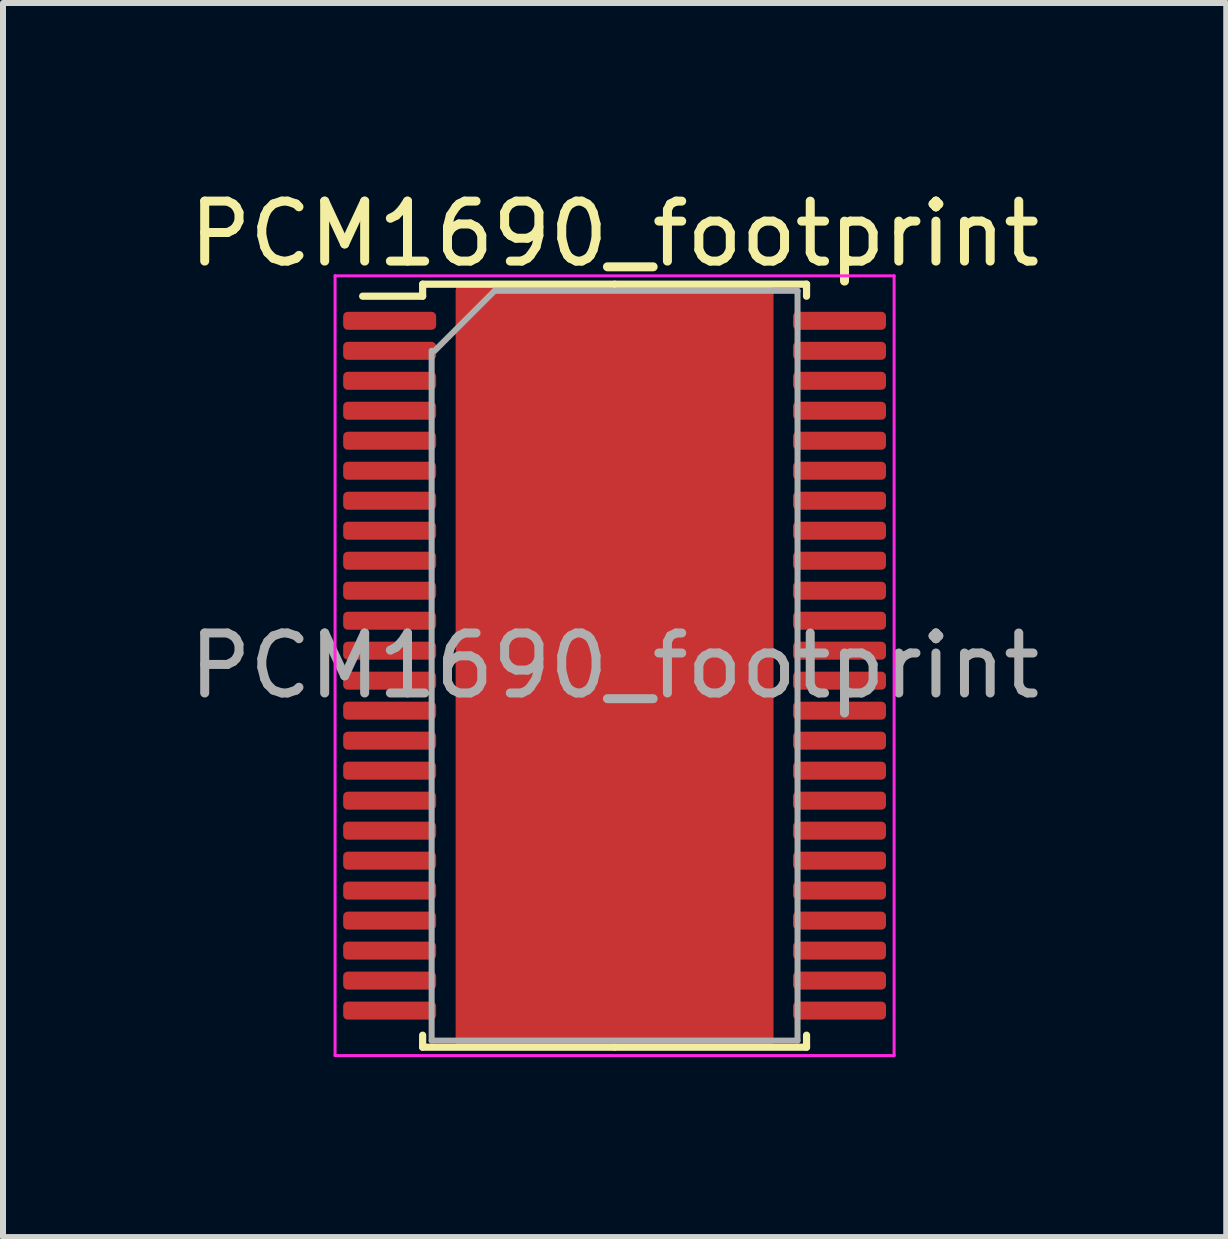
<source format=kicad_pcb>
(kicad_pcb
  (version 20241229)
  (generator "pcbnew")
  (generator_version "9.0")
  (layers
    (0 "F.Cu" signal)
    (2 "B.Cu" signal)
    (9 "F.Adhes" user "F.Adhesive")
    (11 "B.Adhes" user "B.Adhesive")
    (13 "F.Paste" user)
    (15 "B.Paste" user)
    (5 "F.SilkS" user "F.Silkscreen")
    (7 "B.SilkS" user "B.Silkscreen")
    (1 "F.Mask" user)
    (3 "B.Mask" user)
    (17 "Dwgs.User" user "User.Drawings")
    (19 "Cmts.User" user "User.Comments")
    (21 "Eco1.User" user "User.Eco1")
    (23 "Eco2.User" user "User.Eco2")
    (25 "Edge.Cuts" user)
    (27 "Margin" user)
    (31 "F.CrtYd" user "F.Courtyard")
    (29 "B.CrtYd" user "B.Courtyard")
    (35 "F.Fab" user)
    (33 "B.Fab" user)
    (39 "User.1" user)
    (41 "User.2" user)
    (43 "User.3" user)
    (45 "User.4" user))
  (footprint "PCM1690_footprint"
    (layer "F.Cu")
    (at 7.196 8.048)
    (property "Reference" "PCM1690_footprint" (at 0 -7.2 0) (layer "F.SilkS") (effects (font (size 1 1) (thickness 0.15))))
    (attr smd)
    (fp_rect (start -2.55 -6.25) (end 2.55 6.25) (stroke (width 0.2) (type solid)) (fill yes) (layer "F.Cu"))
    (fp_rect (start -1.8 -3.2) (end 1.8 3.2) (stroke (width 0.12) (type solid)) (fill yes) (layer "F.Mask"))
    (fp_line (start -3.2 -6.36) (end -3.2 -6.16) (stroke (width 0.12) (type solid)) (layer "F.SilkS"))
    (fp_line (start -3.2 -6.16) (end -4.2 -6.16) (stroke (width 0.12) (type solid)) (layer "F.SilkS"))
    (fp_line (start -3.2 6.36) (end -3.2 6.16) (stroke (width 0.12) (type solid)) (layer "F.SilkS"))
    (fp_line (start 0 -6.36) (end -3.2 -6.36) (stroke (width 0.12) (type solid)) (layer "F.SilkS"))
    (fp_line (start 0 -6.36) (end 3.2 -6.36) (stroke (width 0.12) (type solid)) (layer "F.SilkS"))
    (fp_line (start 0 6.36) (end -3.2 6.36) (stroke (width 0.12) (type solid)) (layer "F.SilkS"))
    (fp_line (start 0 6.36) (end 3.2 6.36) (stroke (width 0.12) (type solid)) (layer "F.SilkS"))
    (fp_line (start 3.2 -6.36) (end 3.2 -6.16) (stroke (width 0.12) (type solid)) (layer "F.SilkS"))
    (fp_line (start 3.2 6.36) (end 3.2 6.16) (stroke (width 0.12) (type solid)) (layer "F.SilkS"))
    (fp_rect (start -1.8 -3.2) (end 1.8 3.2) (stroke (width 0.12) (type solid)) (fill yes) (layer "F.Paste"))
    (fp_line (start -4.66 -6.5) (end -4.66 6.5) (stroke (width 0.05) (type solid)) (layer "F.CrtYd"))
    (fp_line (start -4.66 6.5) (end 4.66 6.5) (stroke (width 0.05) (type solid)) (layer "F.CrtYd"))
    (fp_line (start 4.66 -6.5) (end -4.66 -6.5) (stroke (width 0.05) (type solid)) (layer "F.CrtYd"))
    (fp_line (start 4.66 6.5) (end 4.66 -6.5) (stroke (width 0.05) (type solid)) (layer "F.CrtYd"))
    (fp_line (start -3.05 6.25) (end -3.05 -5.25) (stroke (width 0.1) (type solid)) (layer "F.Fab"))
    (fp_line (start -3 -5.25) (end -2 -6.25) (stroke (width 0.1) (type solid)) (layer "F.Fab"))
    (fp_line (start -2 -6.25) (end 3.05 -6.25) (stroke (width 0.1) (type solid)) (layer "F.Fab"))
    (fp_line (start 3.05 -6.25) (end 3.05 6.25) (stroke (width 0.1) (type solid)) (layer "F.Fab"))
    (fp_line (start 3.05 6.25) (end -3.05 6.25) (stroke (width 0.1) (type solid)) (layer "F.Fab"))
    (fp_text user "${REFERENCE}" (at 0 0 0) (layer "F.Fab") (effects (font (size 1 1) (thickness 0.15))))
    (pad "1" smd roundrect (at -3.75 -5.75) (size 1.55 0.3) (layers "F.Cu" "F.Mask" "F.Paste") (roundrect_rratio 0.25))
    (pad "2" smd roundrect (at -3.75 -5.25) (size 1.55 0.3) (layers "F.Cu" "F.Mask" "F.Paste") (roundrect_rratio 0.25))
    (pad "3" smd roundrect (at -3.75 -4.75) (size 1.55 0.3) (layers "F.Cu" "F.Mask" "F.Paste") (roundrect_rratio 0.25))
    (pad "4" smd roundrect (at -3.75 -4.25) (size 1.55 0.3) (layers "F.Cu" "F.Mask" "F.Paste") (roundrect_rratio 0.25))
    (pad "5" smd roundrect (at -3.75 -3.75) (size 1.55 0.3) (layers "F.Cu" "F.Mask" "F.Paste") (roundrect_rratio 0.25))
    (pad "6" smd roundrect (at -3.75 -3.25) (size 1.55 0.3) (layers "F.Cu" "F.Mask" "F.Paste") (roundrect_rratio 0.25))
    (pad "7" smd roundrect (at -3.75 -2.75) (size 1.55 0.3) (layers "F.Cu" "F.Mask" "F.Paste") (roundrect_rratio 0.25))
    (pad "8" smd roundrect (at -3.75 -2.25) (size 1.55 0.3) (layers "F.Cu" "F.Mask" "F.Paste") (roundrect_rratio 0.25))
    (pad "9" smd roundrect (at -3.75 -1.75) (size 1.55 0.3) (layers "F.Cu" "F.Mask" "F.Paste") (roundrect_rratio 0.25))
    (pad "10" smd roundrect (at -3.75 -1.25) (size 1.55 0.3) (layers "F.Cu" "F.Mask" "F.Paste") (roundrect_rratio 0.25))
    (pad "11" smd roundrect (at -3.75 -0.75) (size 1.55 0.3) (layers "F.Cu" "F.Mask" "F.Paste") (roundrect_rratio 0.25))
    (pad "12" smd roundrect (at -3.75 -0.25) (size 1.55 0.3) (layers "F.Cu" "F.Mask" "F.Paste") (roundrect_rratio 0.25))
    (pad "13" smd roundrect (at -3.75 0.25) (size 1.55 0.3) (layers "F.Cu" "F.Mask" "F.Paste") (roundrect_rratio 0.25))
    (pad "14" smd roundrect (at -3.75 0.75) (size 1.55 0.3) (layers "F.Cu" "F.Mask" "F.Paste") (roundrect_rratio 0.25))
    (pad "15" smd roundrect (at -3.75 1.25) (size 1.55 0.3) (layers "F.Cu" "F.Mask" "F.Paste") (roundrect_rratio 0.25))
    (pad "16" smd roundrect (at -3.75 1.75) (size 1.55 0.3) (layers "F.Cu" "F.Mask" "F.Paste") (roundrect_rratio 0.25))
    (pad "17" smd roundrect (at -3.75 2.25) (size 1.55 0.3) (layers "F.Cu" "F.Mask" "F.Paste") (roundrect_rratio 0.25))
    (pad "18" smd roundrect (at -3.75 2.75) (size 1.55 0.3) (layers "F.Cu" "F.Mask" "F.Paste") (roundrect_rratio 0.25))
    (pad "19" smd roundrect (at -3.75 3.25) (size 1.55 0.3) (layers "F.Cu" "F.Mask" "F.Paste") (roundrect_rratio 0.25))
    (pad "20" smd roundrect (at -3.75 3.75) (size 1.55 0.3) (layers "F.Cu" "F.Mask" "F.Paste") (roundrect_rratio 0.25))
    (pad "21" smd roundrect (at -3.75 4.25) (size 1.55 0.3) (layers "F.Cu" "F.Mask" "F.Paste") (roundrect_rratio 0.25))
    (pad "22" smd roundrect (at -3.75 4.75) (size 1.55 0.3) (layers "F.Cu" "F.Mask" "F.Paste") (roundrect_rratio 0.25))
    (pad "23" smd roundrect (at -3.75 5.25) (size 1.55 0.3) (layers "F.Cu" "F.Mask" "F.Paste") (roundrect_rratio 0.25))
    (pad "24" smd roundrect (at -3.75 5.75) (size 1.55 0.3) (layers "F.Cu" "F.Mask" "F.Paste") (roundrect_rratio 0.25))
    (pad "25" smd roundrect (at 3.75 5.75) (size 1.55 0.3) (layers "F.Cu" "F.Mask" "F.Paste") (roundrect_rratio 0.25))
    (pad "26" smd roundrect (at 3.75 5.25) (size 1.55 0.3) (layers "F.Cu" "F.Mask" "F.Paste") (roundrect_rratio 0.25))
    (pad "27" smd roundrect (at 3.75 4.75) (size 1.55 0.3) (layers "F.Cu" "F.Mask" "F.Paste") (roundrect_rratio 0.25))
    (pad "28" smd roundrect (at 3.75 4.25) (size 1.55 0.3) (layers "F.Cu" "F.Mask" "F.Paste") (roundrect_rratio 0.25))
    (pad "29" smd roundrect (at 3.75 3.75) (size 1.55 0.3) (layers "F.Cu" "F.Mask" "F.Paste") (roundrect_rratio 0.25))
    (pad "30" smd roundrect (at 3.75 3.25) (size 1.55 0.3) (layers "F.Cu" "F.Mask" "F.Paste") (roundrect_rratio 0.25))
    (pad "31" smd roundrect (at 3.75 2.75) (size 1.55 0.3) (layers "F.Cu" "F.Mask" "F.Paste") (roundrect_rratio 0.25))
    (pad "32" smd roundrect (at 3.75 2.25) (size 1.55 0.3) (layers "F.Cu" "F.Mask" "F.Paste") (roundrect_rratio 0.25))
    (pad "33" smd roundrect (at 3.75 1.75) (size 1.55 0.3) (layers "F.Cu" "F.Mask" "F.Paste") (roundrect_rratio 0.25))
    (pad "34" smd roundrect (at 3.75 1.25) (size 1.55 0.3) (layers "F.Cu" "F.Mask" "F.Paste") (roundrect_rratio 0.25))
    (pad "35" smd roundrect (at 3.75 0.75) (size 1.55 0.3) (layers "F.Cu" "F.Mask" "F.Paste") (roundrect_rratio 0.25))
    (pad "36" smd roundrect (at 3.75 0.25) (size 1.55 0.3) (layers "F.Cu" "F.Mask" "F.Paste") (roundrect_rratio 0.25))
    (pad "37" smd roundrect (at 3.75 -0.25) (size 1.55 0.3) (layers "F.Cu" "F.Mask" "F.Paste") (roundrect_rratio 0.25))
    (pad "38" smd roundrect (at 3.75 -0.75) (size 1.55 0.3) (layers "F.Cu" "F.Mask" "F.Paste") (roundrect_rratio 0.25))
    (pad "39" smd roundrect (at 3.75 -1.25) (size 1.55 0.3) (layers "F.Cu" "F.Mask" "F.Paste") (roundrect_rratio 0.25))
    (pad "40" smd roundrect (at 3.75 -1.75) (size 1.55 0.3) (layers "F.Cu" "F.Mask" "F.Paste") (roundrect_rratio 0.25))
    (pad "41" smd roundrect (at 3.75 -2.25) (size 1.55 0.3) (layers "F.Cu" "F.Mask" "F.Paste") (roundrect_rratio 0.25))
    (pad "42" smd roundrect (at 3.75 -2.75) (size 1.55 0.3) (layers "F.Cu" "F.Mask" "F.Paste") (roundrect_rratio 0.25))
    (pad "43" smd roundrect (at 3.75 -3.25) (size 1.55 0.3) (layers "F.Cu" "F.Mask" "F.Paste") (roundrect_rratio 0.25))
    (pad "44" smd roundrect (at 3.75 -3.75) (size 1.55 0.3) (layers "F.Cu" "F.Mask" "F.Paste") (roundrect_rratio 0.25))
    (pad "45" smd roundrect (at 3.75 -4.25) (size 1.55 0.3) (layers "F.Cu" "F.Mask" "F.Paste") (roundrect_rratio 0.25))
    (pad "46" smd roundrect (at 3.75 -4.75) (size 1.55 0.3) (layers "F.Cu" "F.Mask" "F.Paste") (roundrect_rratio 0.25))
    (pad "47" smd roundrect (at 3.75 -5.25) (size 1.55 0.3) (layers "F.Cu" "F.Mask" "F.Paste") (roundrect_rratio 0.25))
    (pad "48" smd roundrect (at 3.75 -5.75) (size 1.55 0.3) (layers "F.Cu" "F.Mask" "F.Paste") (roundrect_rratio 0.25)))
  (gr_rect
    (start -3 -3)
    (end 17.393 17.573)
    (stroke (width 0.1) (type default))
    (fill no)
    (layer "Edge.Cuts")))
</source>
